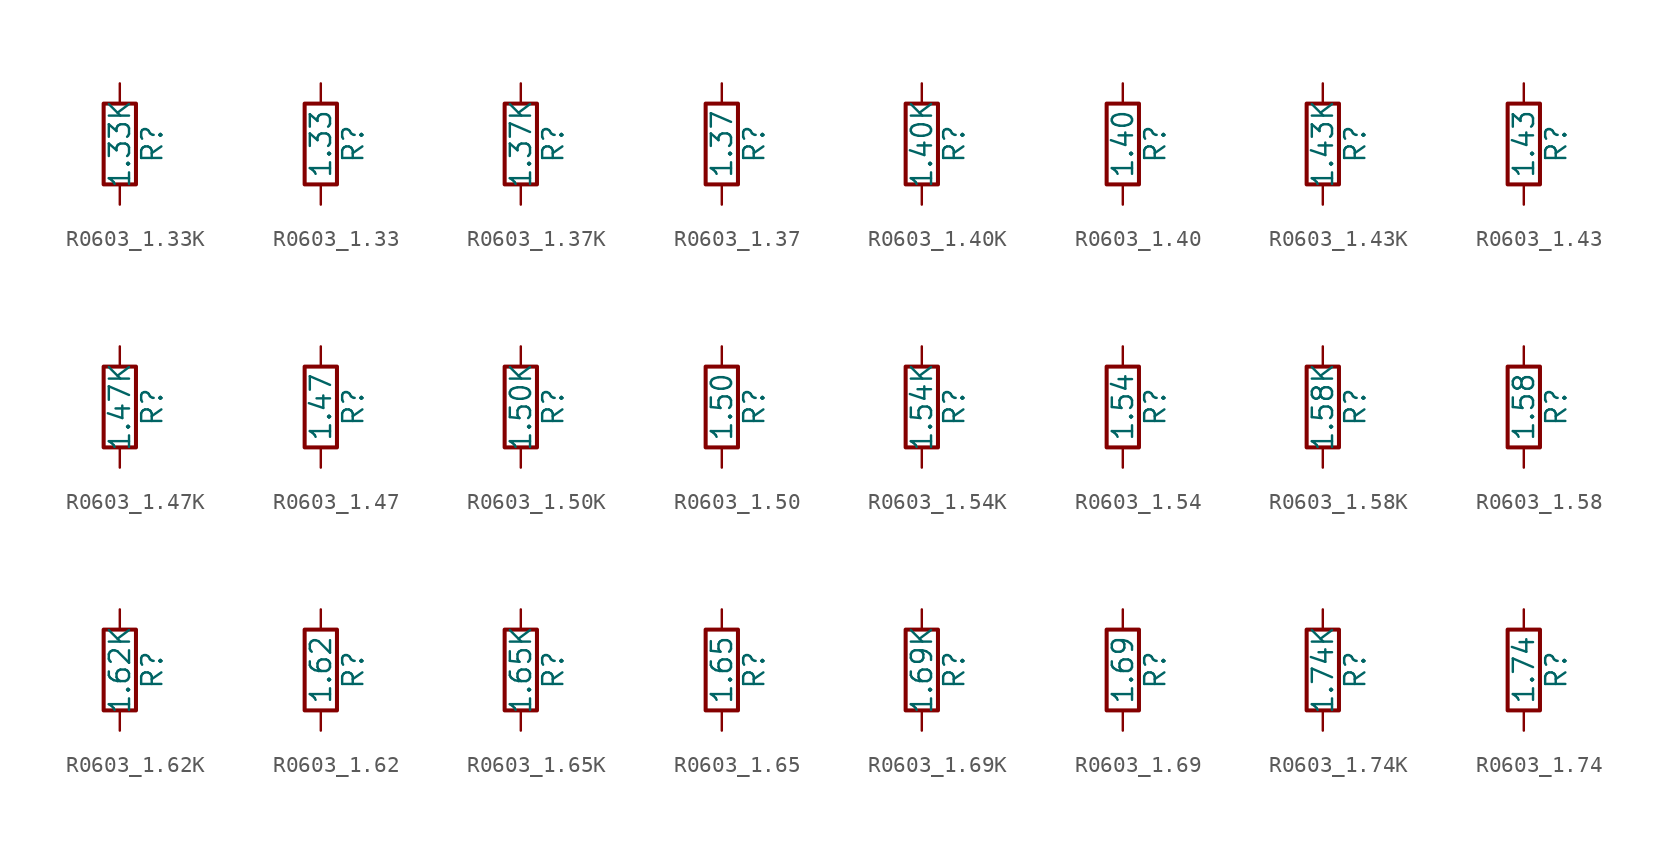
<source format=kicad_sym>
(kicad_symbol_lib
  (version 20211014)
  (generator atlantix-eda)
  (symbol "R0603_1.33K"
    (pin_numbers hide)
    (pin_names
      (offset 0))
    (property "Reference" "R"
      (at 2.032 0 90)
      (effects (font (size 1.27 1.27))))
    (property "Value" "1.33K"
      (at 0 0 90)
      (effects (font (size 1.27 1.27))))
    (symbol "R0603_1.33K_0_1"
      (rectangle (start -1.016 -2.54) (end 1.016 2.54) (stroke (width 0.254) (type default) (color 0 0 0 0)) (fill (type none))))
    (symbol "R0603_1.33K_1_1"
      (pin passive line (at 0 3.81 270) (length 1.27) (name "~" (effects (font (size 1.27 1.27)))) (number "1" (effects (font (size 1.27 1.27)))))
      (pin passive line (at 0 -3.81 90) (length 1.27) (name "~" (effects (font (size 1.27 1.27)))) (number "2" (effects (font (size 1.27 1.27)))))))
  (symbol "R0603_1.33"
    (pin_numbers hide)
    (pin_names
      (offset 0))
    (property "Reference" "R"
      (at 2.032 0 90)
      (effects (font (size 1.27 1.27))))
    (property "Value" "1.33"
      (at 0 0 90)
      (effects (font (size 1.27 1.27))))
    (symbol "R0603_1.33_0_1"
      (rectangle (start -1.016 -2.54) (end 1.016 2.54) (stroke (width 0.254) (type default) (color 0 0 0 0)) (fill (type none))))
    (symbol "R0603_1.33_1_1"
      (pin passive line (at 0 3.81 270) (length 1.27) (name "~" (effects (font (size 1.27 1.27)))) (number "1" (effects (font (size 1.27 1.27)))))
      (pin passive line (at 0 -3.81 90) (length 1.27) (name "~" (effects (font (size 1.27 1.27)))) (number "2" (effects (font (size 1.27 1.27)))))))
  (symbol "R0603_1.37K"
    (pin_numbers hide)
    (pin_names
      (offset 0))
    (property "Reference" "R"
      (at 2.032 0 90)
      (effects (font (size 1.27 1.27))))
    (property "Value" "1.37K"
      (at 0 0 90)
      (effects (font (size 1.27 1.27))))
    (symbol "R0603_1.37K_0_1"
      (rectangle (start -1.016 -2.54) (end 1.016 2.54) (stroke (width 0.254) (type default) (color 0 0 0 0)) (fill (type none))))
    (symbol "R0603_1.37K_1_1"
      (pin passive line (at 0 3.81 270) (length 1.27) (name "~" (effects (font (size 1.27 1.27)))) (number "1" (effects (font (size 1.27 1.27)))))
      (pin passive line (at 0 -3.81 90) (length 1.27) (name "~" (effects (font (size 1.27 1.27)))) (number "2" (effects (font (size 1.27 1.27)))))))
  (symbol "R0603_1.37"
    (pin_numbers hide)
    (pin_names
      (offset 0))
    (property "Reference" "R"
      (at 2.032 0 90)
      (effects (font (size 1.27 1.27))))
    (property "Value" "1.37"
      (at 0 0 90)
      (effects (font (size 1.27 1.27))))
    (symbol "R0603_1.37_0_1"
      (rectangle (start -1.016 -2.54) (end 1.016 2.54) (stroke (width 0.254) (type default) (color 0 0 0 0)) (fill (type none))))
    (symbol "R0603_1.37_1_1"
      (pin passive line (at 0 3.81 270) (length 1.27) (name "~" (effects (font (size 1.27 1.27)))) (number "1" (effects (font (size 1.27 1.27)))))
      (pin passive line (at 0 -3.81 90) (length 1.27) (name "~" (effects (font (size 1.27 1.27)))) (number "2" (effects (font (size 1.27 1.27)))))))
  (symbol "R0603_1.40K"
    (pin_numbers hide)
    (pin_names
      (offset 0))
    (property "Reference" "R"
      (at 2.032 0 90)
      (effects (font (size 1.27 1.27))))
    (property "Value" "1.40K"
      (at 0 0 90)
      (effects (font (size 1.27 1.27))))
    (symbol "R0603_1.40K_0_1"
      (rectangle (start -1.016 -2.54) (end 1.016 2.54) (stroke (width 0.254) (type default) (color 0 0 0 0)) (fill (type none))))
    (symbol "R0603_1.40K_1_1"
      (pin passive line (at 0 3.81 270) (length 1.27) (name "~" (effects (font (size 1.27 1.27)))) (number "1" (effects (font (size 1.27 1.27)))))
      (pin passive line (at 0 -3.81 90) (length 1.27) (name "~" (effects (font (size 1.27 1.27)))) (number "2" (effects (font (size 1.27 1.27)))))))
  (symbol "R0603_1.40"
    (pin_numbers hide)
    (pin_names
      (offset 0))
    (property "Reference" "R"
      (at 2.032 0 90)
      (effects (font (size 1.27 1.27))))
    (property "Value" "1.40"
      (at 0 0 90)
      (effects (font (size 1.27 1.27))))
    (symbol "R0603_1.40_0_1"
      (rectangle (start -1.016 -2.54) (end 1.016 2.54) (stroke (width 0.254) (type default) (color 0 0 0 0)) (fill (type none))))
    (symbol "R0603_1.40_1_1"
      (pin passive line (at 0 3.81 270) (length 1.27) (name "~" (effects (font (size 1.27 1.27)))) (number "1" (effects (font (size 1.27 1.27)))))
      (pin passive line (at 0 -3.81 90) (length 1.27) (name "~" (effects (font (size 1.27 1.27)))) (number "2" (effects (font (size 1.27 1.27)))))))
  (symbol "R0603_1.43K"
    (pin_numbers hide)
    (pin_names
      (offset 0))
    (property "Reference" "R"
      (at 2.032 0 90)
      (effects (font (size 1.27 1.27))))
    (property "Value" "1.43K"
      (at 0 0 90)
      (effects (font (size 1.27 1.27))))
    (symbol "R0603_1.43K_0_1"
      (rectangle (start -1.016 -2.54) (end 1.016 2.54) (stroke (width 0.254) (type default) (color 0 0 0 0)) (fill (type none))))
    (symbol "R0603_1.43K_1_1"
      (pin passive line (at 0 3.81 270) (length 1.27) (name "~" (effects (font (size 1.27 1.27)))) (number "1" (effects (font (size 1.27 1.27)))))
      (pin passive line (at 0 -3.81 90) (length 1.27) (name "~" (effects (font (size 1.27 1.27)))) (number "2" (effects (font (size 1.27 1.27)))))))
  (symbol "R0603_1.43"
    (pin_numbers hide)
    (pin_names
      (offset 0))
    (property "Reference" "R"
      (at 2.032 0 90)
      (effects (font (size 1.27 1.27))))
    (property "Value" "1.43"
      (at 0 0 90)
      (effects (font (size 1.27 1.27))))
    (symbol "R0603_1.43_0_1"
      (rectangle (start -1.016 -2.54) (end 1.016 2.54) (stroke (width 0.254) (type default) (color 0 0 0 0)) (fill (type none))))
    (symbol "R0603_1.43_1_1"
      (pin passive line (at 0 3.81 270) (length 1.27) (name "~" (effects (font (size 1.27 1.27)))) (number "1" (effects (font (size 1.27 1.27)))))
      (pin passive line (at 0 -3.81 90) (length 1.27) (name "~" (effects (font (size 1.27 1.27)))) (number "2" (effects (font (size 1.27 1.27)))))))
  (symbol "R0603_1.47K"
    (pin_numbers hide)
    (pin_names
      (offset 0))
    (property "Reference" "R"
      (at 2.032 0 90)
      (effects (font (size 1.27 1.27))))
    (property "Value" "1.47K"
      (at 0 0 90)
      (effects (font (size 1.27 1.27))))
    (symbol "R0603_1.47K_0_1"
      (rectangle (start -1.016 -2.54) (end 1.016 2.54) (stroke (width 0.254) (type default) (color 0 0 0 0)) (fill (type none))))
    (symbol "R0603_1.47K_1_1"
      (pin passive line (at 0 3.81 270) (length 1.27) (name "~" (effects (font (size 1.27 1.27)))) (number "1" (effects (font (size 1.27 1.27)))))
      (pin passive line (at 0 -3.81 90) (length 1.27) (name "~" (effects (font (size 1.27 1.27)))) (number "2" (effects (font (size 1.27 1.27)))))))
  (symbol "R0603_1.47"
    (pin_numbers hide)
    (pin_names
      (offset 0))
    (property "Reference" "R"
      (at 2.032 0 90)
      (effects (font (size 1.27 1.27))))
    (property "Value" "1.47"
      (at 0 0 90)
      (effects (font (size 1.27 1.27))))
    (symbol "R0603_1.47_0_1"
      (rectangle (start -1.016 -2.54) (end 1.016 2.54) (stroke (width 0.254) (type default) (color 0 0 0 0)) (fill (type none))))
    (symbol "R0603_1.47_1_1"
      (pin passive line (at 0 3.81 270) (length 1.27) (name "~" (effects (font (size 1.27 1.27)))) (number "1" (effects (font (size 1.27 1.27)))))
      (pin passive line (at 0 -3.81 90) (length 1.27) (name "~" (effects (font (size 1.27 1.27)))) (number "2" (effects (font (size 1.27 1.27)))))))
  (symbol "R0603_1.50K"
    (pin_numbers hide)
    (pin_names
      (offset 0))
    (property "Reference" "R"
      (at 2.032 0 90)
      (effects (font (size 1.27 1.27))))
    (property "Value" "1.50K"
      (at 0 0 90)
      (effects (font (size 1.27 1.27))))
    (symbol "R0603_1.50K_0_1"
      (rectangle (start -1.016 -2.54) (end 1.016 2.54) (stroke (width 0.254) (type default) (color 0 0 0 0)) (fill (type none))))
    (symbol "R0603_1.50K_1_1"
      (pin passive line (at 0 3.81 270) (length 1.27) (name "~" (effects (font (size 1.27 1.27)))) (number "1" (effects (font (size 1.27 1.27)))))
      (pin passive line (at 0 -3.81 90) (length 1.27) (name "~" (effects (font (size 1.27 1.27)))) (number "2" (effects (font (size 1.27 1.27)))))))
  (symbol "R0603_1.50"
    (pin_numbers hide)
    (pin_names
      (offset 0))
    (property "Reference" "R"
      (at 2.032 0 90)
      (effects (font (size 1.27 1.27))))
    (property "Value" "1.50"
      (at 0 0 90)
      (effects (font (size 1.27 1.27))))
    (symbol "R0603_1.50_0_1"
      (rectangle (start -1.016 -2.54) (end 1.016 2.54) (stroke (width 0.254) (type default) (color 0 0 0 0)) (fill (type none))))
    (symbol "R0603_1.50_1_1"
      (pin passive line (at 0 3.81 270) (length 1.27) (name "~" (effects (font (size 1.27 1.27)))) (number "1" (effects (font (size 1.27 1.27)))))
      (pin passive line (at 0 -3.81 90) (length 1.27) (name "~" (effects (font (size 1.27 1.27)))) (number "2" (effects (font (size 1.27 1.27)))))))
  (symbol "R0603_1.54K"
    (pin_numbers hide)
    (pin_names
      (offset 0))
    (property "Reference" "R"
      (at 2.032 0 90)
      (effects (font (size 1.27 1.27))))
    (property "Value" "1.54K"
      (at 0 0 90)
      (effects (font (size 1.27 1.27))))
    (symbol "R0603_1.54K_0_1"
      (rectangle (start -1.016 -2.54) (end 1.016 2.54) (stroke (width 0.254) (type default) (color 0 0 0 0)) (fill (type none))))
    (symbol "R0603_1.54K_1_1"
      (pin passive line (at 0 3.81 270) (length 1.27) (name "~" (effects (font (size 1.27 1.27)))) (number "1" (effects (font (size 1.27 1.27)))))
      (pin passive line (at 0 -3.81 90) (length 1.27) (name "~" (effects (font (size 1.27 1.27)))) (number "2" (effects (font (size 1.27 1.27)))))))
  (symbol "R0603_1.54"
    (pin_numbers hide)
    (pin_names
      (offset 0))
    (property "Reference" "R"
      (at 2.032 0 90)
      (effects (font (size 1.27 1.27))))
    (property "Value" "1.54"
      (at 0 0 90)
      (effects (font (size 1.27 1.27))))
    (symbol "R0603_1.54_0_1"
      (rectangle (start -1.016 -2.54) (end 1.016 2.54) (stroke (width 0.254) (type default) (color 0 0 0 0)) (fill (type none))))
    (symbol "R0603_1.54_1_1"
      (pin passive line (at 0 3.81 270) (length 1.27) (name "~" (effects (font (size 1.27 1.27)))) (number "1" (effects (font (size 1.27 1.27)))))
      (pin passive line (at 0 -3.81 90) (length 1.27) (name "~" (effects (font (size 1.27 1.27)))) (number "2" (effects (font (size 1.27 1.27)))))))
  (symbol "R0603_1.58K"
    (pin_numbers hide)
    (pin_names
      (offset 0))
    (property "Reference" "R"
      (at 2.032 0 90)
      (effects (font (size 1.27 1.27))))
    (property "Value" "1.58K"
      (at 0 0 90)
      (effects (font (size 1.27 1.27))))
    (symbol "R0603_1.58K_0_1"
      (rectangle (start -1.016 -2.54) (end 1.016 2.54) (stroke (width 0.254) (type default) (color 0 0 0 0)) (fill (type none))))
    (symbol "R0603_1.58K_1_1"
      (pin passive line (at 0 3.81 270) (length 1.27) (name "~" (effects (font (size 1.27 1.27)))) (number "1" (effects (font (size 1.27 1.27)))))
      (pin passive line (at 0 -3.81 90) (length 1.27) (name "~" (effects (font (size 1.27 1.27)))) (number "2" (effects (font (size 1.27 1.27)))))))
  (symbol "R0603_1.58"
    (pin_numbers hide)
    (pin_names
      (offset 0))
    (property "Reference" "R"
      (at 2.032 0 90)
      (effects (font (size 1.27 1.27))))
    (property "Value" "1.58"
      (at 0 0 90)
      (effects (font (size 1.27 1.27))))
    (symbol "R0603_1.58_0_1"
      (rectangle (start -1.016 -2.54) (end 1.016 2.54) (stroke (width 0.254) (type default) (color 0 0 0 0)) (fill (type none))))
    (symbol "R0603_1.58_1_1"
      (pin passive line (at 0 3.81 270) (length 1.27) (name "~" (effects (font (size 1.27 1.27)))) (number "1" (effects (font (size 1.27 1.27)))))
      (pin passive line (at 0 -3.81 90) (length 1.27) (name "~" (effects (font (size 1.27 1.27)))) (number "2" (effects (font (size 1.27 1.27)))))))
  (symbol "R0603_1.62K"
    (pin_numbers hide)
    (pin_names
      (offset 0))
    (property "Reference" "R"
      (at 2.032 0 90)
      (effects (font (size 1.27 1.27))))
    (property "Value" "1.62K"
      (at 0 0 90)
      (effects (font (size 1.27 1.27))))
    (symbol "R0603_1.62K_0_1"
      (rectangle (start -1.016 -2.54) (end 1.016 2.54) (stroke (width 0.254) (type default) (color 0 0 0 0)) (fill (type none))))
    (symbol "R0603_1.62K_1_1"
      (pin passive line (at 0 3.81 270) (length 1.27) (name "~" (effects (font (size 1.27 1.27)))) (number "1" (effects (font (size 1.27 1.27)))))
      (pin passive line (at 0 -3.81 90) (length 1.27) (name "~" (effects (font (size 1.27 1.27)))) (number "2" (effects (font (size 1.27 1.27)))))))
  (symbol "R0603_1.62"
    (pin_numbers hide)
    (pin_names
      (offset 0))
    (property "Reference" "R"
      (at 2.032 0 90)
      (effects (font (size 1.27 1.27))))
    (property "Value" "1.62"
      (at 0 0 90)
      (effects (font (size 1.27 1.27))))
    (symbol "R0603_1.62_0_1"
      (rectangle (start -1.016 -2.54) (end 1.016 2.54) (stroke (width 0.254) (type default) (color 0 0 0 0)) (fill (type none))))
    (symbol "R0603_1.62_1_1"
      (pin passive line (at 0 3.81 270) (length 1.27) (name "~" (effects (font (size 1.27 1.27)))) (number "1" (effects (font (size 1.27 1.27)))))
      (pin passive line (at 0 -3.81 90) (length 1.27) (name "~" (effects (font (size 1.27 1.27)))) (number "2" (effects (font (size 1.27 1.27)))))))
  (symbol "R0603_1.65K"
    (pin_numbers hide)
    (pin_names
      (offset 0))
    (property "Reference" "R"
      (at 2.032 0 90)
      (effects (font (size 1.27 1.27))))
    (property "Value" "1.65K"
      (at 0 0 90)
      (effects (font (size 1.27 1.27))))
    (symbol "R0603_1.65K_0_1"
      (rectangle (start -1.016 -2.54) (end 1.016 2.54) (stroke (width 0.254) (type default) (color 0 0 0 0)) (fill (type none))))
    (symbol "R0603_1.65K_1_1"
      (pin passive line (at 0 3.81 270) (length 1.27) (name "~" (effects (font (size 1.27 1.27)))) (number "1" (effects (font (size 1.27 1.27)))))
      (pin passive line (at 0 -3.81 90) (length 1.27) (name "~" (effects (font (size 1.27 1.27)))) (number "2" (effects (font (size 1.27 1.27)))))))
  (symbol "R0603_1.65"
    (pin_numbers hide)
    (pin_names
      (offset 0))
    (property "Reference" "R"
      (at 2.032 0 90)
      (effects (font (size 1.27 1.27))))
    (property "Value" "1.65"
      (at 0 0 90)
      (effects (font (size 1.27 1.27))))
    (symbol "R0603_1.65_0_1"
      (rectangle (start -1.016 -2.54) (end 1.016 2.54) (stroke (width 0.254) (type default) (color 0 0 0 0)) (fill (type none))))
    (symbol "R0603_1.65_1_1"
      (pin passive line (at 0 3.81 270) (length 1.27) (name "~" (effects (font (size 1.27 1.27)))) (number "1" (effects (font (size 1.27 1.27)))))
      (pin passive line (at 0 -3.81 90) (length 1.27) (name "~" (effects (font (size 1.27 1.27)))) (number "2" (effects (font (size 1.27 1.27)))))))
  (symbol "R0603_1.69K"
    (pin_numbers hide)
    (pin_names
      (offset 0))
    (property "Reference" "R"
      (at 2.032 0 90)
      (effects (font (size 1.27 1.27))))
    (property "Value" "1.69K"
      (at 0 0 90)
      (effects (font (size 1.27 1.27))))
    (symbol "R0603_1.69K_0_1"
      (rectangle (start -1.016 -2.54) (end 1.016 2.54) (stroke (width 0.254) (type default) (color 0 0 0 0)) (fill (type none))))
    (symbol "R0603_1.69K_1_1"
      (pin passive line (at 0 3.81 270) (length 1.27) (name "~" (effects (font (size 1.27 1.27)))) (number "1" (effects (font (size 1.27 1.27)))))
      (pin passive line (at 0 -3.81 90) (length 1.27) (name "~" (effects (font (size 1.27 1.27)))) (number "2" (effects (font (size 1.27 1.27)))))))
  (symbol "R0603_1.69"
    (pin_numbers hide)
    (pin_names
      (offset 0))
    (property "Reference" "R"
      (at 2.032 0 90)
      (effects (font (size 1.27 1.27))))
    (property "Value" "1.69"
      (at 0 0 90)
      (effects (font (size 1.27 1.27))))
    (symbol "R0603_1.69_0_1"
      (rectangle (start -1.016 -2.54) (end 1.016 2.54) (stroke (width 0.254) (type default) (color 0 0 0 0)) (fill (type none))))
    (symbol "R0603_1.69_1_1"
      (pin passive line (at 0 3.81 270) (length 1.27) (name "~" (effects (font (size 1.27 1.27)))) (number "1" (effects (font (size 1.27 1.27)))))
      (pin passive line (at 0 -3.81 90) (length 1.27) (name "~" (effects (font (size 1.27 1.27)))) (number "2" (effects (font (size 1.27 1.27)))))))
  (symbol "R0603_1.74K"
    (pin_numbers hide)
    (pin_names
      (offset 0))
    (property "Reference" "R"
      (at 2.032 0 90)
      (effects (font (size 1.27 1.27))))
    (property "Value" "1.74K"
      (at 0 0 90)
      (effects (font (size 1.27 1.27))))
    (symbol "R0603_1.74K_0_1"
      (rectangle (start -1.016 -2.54) (end 1.016 2.54) (stroke (width 0.254) (type default) (color 0 0 0 0)) (fill (type none))))
    (symbol "R0603_1.74K_1_1"
      (pin passive line (at 0 3.81 270) (length 1.27) (name "~" (effects (font (size 1.27 1.27)))) (number "1" (effects (font (size 1.27 1.27)))))
      (pin passive line (at 0 -3.81 90) (length 1.27) (name "~" (effects (font (size 1.27 1.27)))) (number "2" (effects (font (size 1.27 1.27)))))))
  (symbol "R0603_1.74"
    (pin_numbers hide)
    (pin_names
      (offset 0))
    (property "Reference" "R"
      (at 2.032 0 90)
      (effects (font (size 1.27 1.27))))
    (property "Value" "1.74"
      (at 0 0 90)
      (effects (font (size 1.27 1.27))))
    (symbol "R0603_1.74_0_1"
      (rectangle (start -1.016 -2.54) (end 1.016 2.54) (stroke (width 0.254) (type default) (color 0 0 0 0)) (fill (type none))))
    (symbol "R0603_1.74_1_1"
      (pin passive line (at 0 3.81 270) (length 1.27) (name "~" (effects (font (size 1.27 1.27)))) (number "1" (effects (font (size 1.27 1.27)))))
      (pin passive line (at 0 -3.81 90) (length 1.27) (name "~" (effects (font (size 1.27 1.27)))) (number "2" (effects (font (size 1.27 1.27))))))))
</source>
